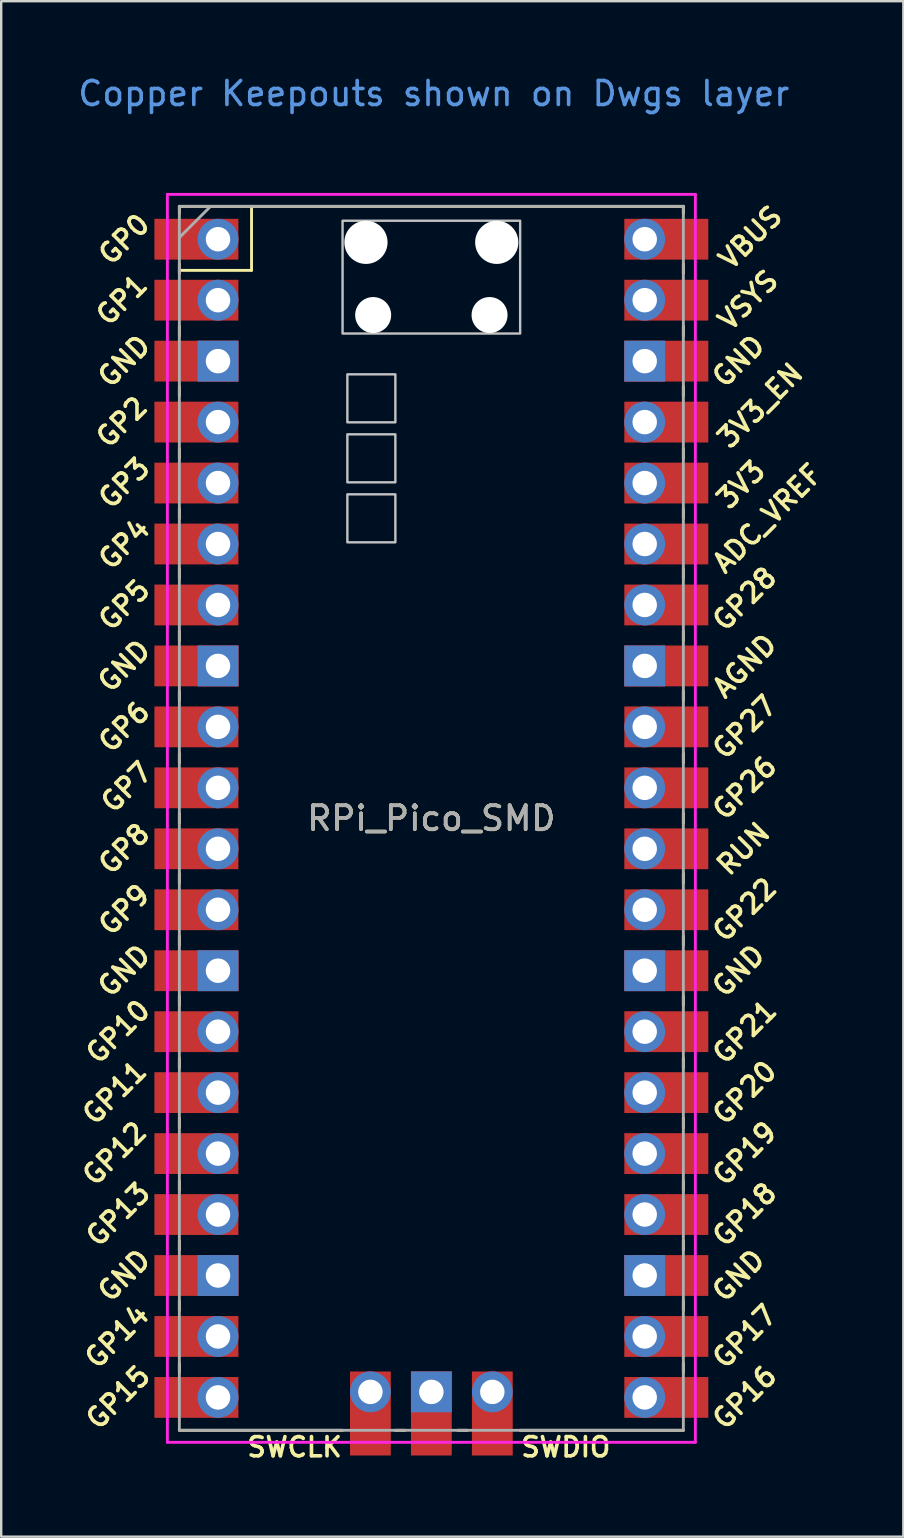
<source format=kicad_pcb>
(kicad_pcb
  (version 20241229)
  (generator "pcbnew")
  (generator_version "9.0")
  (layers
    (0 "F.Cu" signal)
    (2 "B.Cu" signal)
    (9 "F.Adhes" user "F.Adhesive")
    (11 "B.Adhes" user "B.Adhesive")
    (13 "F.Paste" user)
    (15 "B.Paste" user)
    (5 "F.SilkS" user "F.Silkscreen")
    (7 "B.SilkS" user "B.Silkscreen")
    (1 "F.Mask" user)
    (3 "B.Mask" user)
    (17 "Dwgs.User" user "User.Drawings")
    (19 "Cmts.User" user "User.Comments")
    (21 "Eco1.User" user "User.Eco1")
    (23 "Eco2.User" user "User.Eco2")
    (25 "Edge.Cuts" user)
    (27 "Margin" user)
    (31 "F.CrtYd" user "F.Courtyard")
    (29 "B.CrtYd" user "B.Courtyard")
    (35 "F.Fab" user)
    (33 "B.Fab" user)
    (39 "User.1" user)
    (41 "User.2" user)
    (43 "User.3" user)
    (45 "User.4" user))
  (footprint "RPi_Pico_SMD"
    (layer "F.Cu")
    (at 14.924 31.048)
    (property "Reference" "RPi_Pico_SMD" (at 0 0 0) (layer "F.SilkS") (effects (font (size 1 1) (thickness 0.15))))
    (attr through_hole)
    (fp_line (start -10.5 -25.5) (end -10.5 -25.2) (stroke (width 0.12) (type solid)) (layer "F.SilkS"))
    (fp_line (start -10.5 -25.5) (end 10.5 -25.5) (stroke (width 0.12) (type solid)) (layer "F.SilkS"))
    (fp_line (start -10.5 -23.1) (end -10.5 -22.7) (stroke (width 0.12) (type solid)) (layer "F.SilkS"))
    (fp_line (start -10.5 -22.833) (end -7.493 -22.833) (stroke (width 0.12) (type solid)) (layer "F.SilkS"))
    (fp_line (start -10.5 -20.5) (end -10.5 -20.1) (stroke (width 0.12) (type solid)) (layer "F.SilkS"))
    (fp_line (start -10.5 -18) (end -10.5 -17.6) (stroke (width 0.12) (type solid)) (layer "F.SilkS"))
    (fp_line (start -10.5 -15.4) (end -10.5 -15) (stroke (width 0.12) (type solid)) (layer "F.SilkS"))
    (fp_line (start -10.5 -12.9) (end -10.5 -12.5) (stroke (width 0.12) (type solid)) (layer "F.SilkS"))
    (fp_line (start -10.5 -10.4) (end -10.5 -10) (stroke (width 0.12) (type solid)) (layer "F.SilkS"))
    (fp_line (start -10.5 -7.8) (end -10.5 -7.4) (stroke (width 0.12) (type solid)) (layer "F.SilkS"))
    (fp_line (start -10.5 -5.3) (end -10.5 -4.9) (stroke (width 0.12) (type solid)) (layer "F.SilkS"))
    (fp_line (start -10.5 -2.7) (end -10.5 -2.3) (stroke (width 0.12) (type solid)) (layer "F.SilkS"))
    (fp_line (start -10.5 -0.2) (end -10.5 0.2) (stroke (width 0.12) (type solid)) (layer "F.SilkS"))
    (fp_line (start -10.5 2.3) (end -10.5 2.7) (stroke (width 0.12) (type solid)) (layer "F.SilkS"))
    (fp_line (start -10.5 4.9) (end -10.5 5.3) (stroke (width 0.12) (type solid)) (layer "F.SilkS"))
    (fp_line (start -10.5 7.4) (end -10.5 7.8) (stroke (width 0.12) (type solid)) (layer "F.SilkS"))
    (fp_line (start -10.5 10) (end -10.5 10.4) (stroke (width 0.12) (type solid)) (layer "F.SilkS"))
    (fp_line (start -10.5 12.5) (end -10.5 12.9) (stroke (width 0.12) (type solid)) (layer "F.SilkS"))
    (fp_line (start -10.5 15.1) (end -10.5 15.5) (stroke (width 0.12) (type solid)) (layer "F.SilkS"))
    (fp_line (start -10.5 17.6) (end -10.5 18) (stroke (width 0.12) (type solid)) (layer "F.SilkS"))
    (fp_line (start -10.5 20.1) (end -10.5 20.5) (stroke (width 0.12) (type solid)) (layer "F.SilkS"))
    (fp_line (start -10.5 22.7) (end -10.5 23.1) (stroke (width 0.12) (type solid)) (layer "F.SilkS"))
    (fp_line (start -7.493 -22.833) (end -7.493 -25.5) (stroke (width 0.12) (type solid)) (layer "F.SilkS"))
    (fp_line (start -3.7 25.5) (end -10.5 25.5) (stroke (width 0.12) (type solid)) (layer "F.SilkS"))
    (fp_line (start -1.5 25.5) (end -1.1 25.5) (stroke (width 0.12) (type solid)) (layer "F.SilkS"))
    (fp_line (start 1.1 25.5) (end 1.5 25.5) (stroke (width 0.12) (type solid)) (layer "F.SilkS"))
    (fp_line (start 10.5 -25.5) (end 10.5 -25.2) (stroke (width 0.12) (type solid)) (layer "F.SilkS"))
    (fp_line (start 10.5 -23.1) (end 10.5 -22.7) (stroke (width 0.12) (type solid)) (layer "F.SilkS"))
    (fp_line (start 10.5 -20.5) (end 10.5 -20.1) (stroke (width 0.12) (type solid)) (layer "F.SilkS"))
    (fp_line (start 10.5 -18) (end 10.5 -17.6) (stroke (width 0.12) (type solid)) (layer "F.SilkS"))
    (fp_line (start 10.5 -15.4) (end 10.5 -15) (stroke (width 0.12) (type solid)) (layer "F.SilkS"))
    (fp_line (start 10.5 -12.9) (end 10.5 -12.5) (stroke (width 0.12) (type solid)) (layer "F.SilkS"))
    (fp_line (start 10.5 -10.4) (end 10.5 -10) (stroke (width 0.12) (type solid)) (layer "F.SilkS"))
    (fp_line (start 10.5 -7.8) (end 10.5 -7.4) (stroke (width 0.12) (type solid)) (layer "F.SilkS"))
    (fp_line (start 10.5 -5.3) (end 10.5 -4.9) (stroke (width 0.12) (type solid)) (layer "F.SilkS"))
    (fp_line (start 10.5 -2.7) (end 10.5 -2.3) (stroke (width 0.12) (type solid)) (layer "F.SilkS"))
    (fp_line (start 10.5 -0.2) (end 10.5 0.2) (stroke (width 0.12) (type solid)) (layer "F.SilkS"))
    (fp_line (start 10.5 2.3) (end 10.5 2.7) (stroke (width 0.12) (type solid)) (layer "F.SilkS"))
    (fp_line (start 10.5 4.9) (end 10.5 5.3) (stroke (width 0.12) (type solid)) (layer "F.SilkS"))
    (fp_line (start 10.5 7.4) (end 10.5 7.8) (stroke (width 0.12) (type solid)) (layer "F.SilkS"))
    (fp_line (start 10.5 10) (end 10.5 10.4) (stroke (width 0.12) (type solid)) (layer "F.SilkS"))
    (fp_line (start 10.5 12.5) (end 10.5 12.9) (stroke (width 0.12) (type solid)) (layer "F.SilkS"))
    (fp_line (start 10.5 15.1) (end 10.5 15.5) (stroke (width 0.12) (type solid)) (layer "F.SilkS"))
    (fp_line (start 10.5 17.6) (end 10.5 18) (stroke (width 0.12) (type solid)) (layer "F.SilkS"))
    (fp_line (start 10.5 20.1) (end 10.5 20.5) (stroke (width 0.12) (type solid)) (layer "F.SilkS"))
    (fp_line (start 10.5 22.7) (end 10.5 23.1) (stroke (width 0.12) (type solid)) (layer "F.SilkS"))
    (fp_line (start 10.5 25.5) (end 3.7 25.5) (stroke (width 0.12) (type solid)) (layer "F.SilkS"))
    (fp_poly (pts (xy -1.5 -16.5) (xy -3.5 -16.5) (xy -3.5 -18.5) (xy -1.5 -18.5)) (stroke (width 0.1) (type solid)) (fill no) (layer "Dwgs.User"))
    (fp_poly (pts (xy -1.5 -14) (xy -3.5 -14) (xy -3.5 -16) (xy -1.5 -16)) (stroke (width 0.1) (type solid)) (fill no) (layer "Dwgs.User"))
    (fp_poly (pts (xy -1.5 -11.5) (xy -3.5 -11.5) (xy -3.5 -13.5) (xy -1.5 -13.5)) (stroke (width 0.1) (type solid)) (fill no) (layer "Dwgs.User"))
    (fp_poly (pts (xy 3.7 -20.2) (xy -3.7 -20.2) (xy -3.7 -24.9) (xy 3.7 -24.9)) (stroke (width 0.1) (type solid)) (fill no) (layer "Dwgs.User"))
    (fp_line (start -11 -26) (end 11 -26) (stroke (width 0.12) (type solid)) (layer "F.CrtYd"))
    (fp_line (start -11 26) (end -11 -26) (stroke (width 0.12) (type solid)) (layer "F.CrtYd"))
    (fp_line (start 11 -26) (end 11 26) (stroke (width 0.12) (type solid)) (layer "F.CrtYd"))
    (fp_line (start 11 26) (end -11 26) (stroke (width 0.12) (type solid)) (layer "F.CrtYd"))
    (fp_line (start -10.5 -25.5) (end 10.5 -25.5) (stroke (width 0.12) (type solid)) (layer "F.Fab"))
    (fp_line (start -10.5 -24.2) (end -9.2 -25.5) (stroke (width 0.12) (type solid)) (layer "F.Fab"))
    (fp_line (start -10.5 25.5) (end -10.5 -25.5) (stroke (width 0.12) (type solid)) (layer "F.Fab"))
    (fp_line (start 10.5 -25.5) (end 10.5 25.5) (stroke (width 0.12) (type solid)) (layer "F.Fab"))
    (fp_line (start 10.5 25.5) (end -10.5 25.5) (stroke (width 0.12) (type solid)) (layer "F.Fab"))
    (fp_text user "GND" (at -12.8 -6.35 45) (layer "F.SilkS") (effects (font (size 0.8 0.8) (thickness 0.15))))
    (fp_text user "GP4" (at -12.8 -11.43 45) (layer "F.SilkS") (effects (font (size 0.8 0.8) (thickness 0.15))))
    (fp_text user "GP20" (at 13.054 11.43 45) (layer "F.SilkS") (effects (font (size 0.8 0.8) (thickness 0.15))))
    (fp_text user "GP6" (at -12.8 -3.81 45) (layer "F.SilkS") (effects (font (size 0.8 0.8) (thickness 0.15))))
    (fp_text user "GP28" (at 13.054 -9.144 45) (layer "F.SilkS") (effects (font (size 0.8 0.8) (thickness 0.15))))
    (fp_text user "GP15" (at -13.054 24.13 45) (layer "F.SilkS") (effects (font (size 0.8 0.8) (thickness 0.15))))
    (fp_text user "GP16" (at 13.054 24.13 45) (layer "F.SilkS") (effects (font (size 0.8 0.8) (thickness 0.15))))
    (fp_text user "GP1" (at -12.9 -21.6 45) (layer "F.SilkS") (effects (font (size 0.8 0.8) (thickness 0.15))))
    (fp_text user "RUN" (at 13 1.27 45) (layer "F.SilkS") (effects (font (size 0.8 0.8) (thickness 0.15))))
    (fp_text user "GND" (at 12.8 6.35 45) (layer "F.SilkS") (effects (font (size 0.8 0.8) (thickness 0.15))))
    (fp_text user "3V3" (at 12.9 -13.9 45) (layer "F.SilkS") (effects (font (size 0.8 0.8) (thickness 0.15))))
    (fp_text user "GP10" (at -13.054 8.89 45) (layer "F.SilkS") (effects (font (size 0.8 0.8) (thickness 0.15))))
    (fp_text user "AGND" (at 13.054 -6.35 45) (layer "F.SilkS") (effects (font (size 0.8 0.8) (thickness 0.15))))
    (fp_text user "SWCLK" (at -5.7 26.2 0) (layer "F.SilkS") (effects (font (size 0.8 0.8) (thickness 0.15))))
    (fp_text user "ADC_VREF" (at 14 -12.5 45) (layer "F.SilkS") (effects (font (size 0.8 0.8) (thickness 0.15))))
    (fp_text user "GND" (at -12.8 19.05 45) (layer "F.SilkS") (effects (font (size 0.8 0.8) (thickness 0.15))))
    (fp_text user "GP13" (at -13.054 16.51 45) (layer "F.SilkS") (effects (font (size 0.8 0.8) (thickness 0.15))))
    (fp_text user "GP19" (at 13.054 13.97 45) (layer "F.SilkS") (effects (font (size 0.8 0.8) (thickness 0.15))))
    (fp_text user "GP0" (at -12.8 -24.13 45) (layer "F.SilkS") (effects (font (size 0.8 0.8) (thickness 0.15))))
    (fp_text user "SWDIO" (at 5.6 26.2 0) (layer "F.SilkS") (effects (font (size 0.8 0.8) (thickness 0.15))))
    (fp_text user "GP21" (at 13.054 8.9 45) (layer "F.SilkS") (effects (font (size 0.8 0.8) (thickness 0.15))))
    (fp_text user "GND" (at -12.8 6.35 45) (layer "F.SilkS") (effects (font (size 0.8 0.8) (thickness 0.15))))
    (fp_text user "GP17" (at 13.054 21.59 45) (layer "F.SilkS") (effects (font (size 0.8 0.8) (thickness 0.15))))
    (fp_text user "GND" (at 12.8 -19.05 45) (layer "F.SilkS") (effects (font (size 0.8 0.8) (thickness 0.15))))
    (fp_text user "GP3" (at -12.8 -13.97 45) (layer "F.SilkS") (effects (font (size 0.8 0.8) (thickness 0.15))))
    (fp_text user "GP26" (at 13.054 -1.27 45) (layer "F.SilkS") (effects (font (size 0.8 0.8) (thickness 0.15))))
    (fp_text user "GP11" (at -13.2 11.43 45) (layer "F.SilkS") (effects (font (size 0.8 0.8) (thickness 0.15))))
    (fp_text user "VSYS" (at 13.2 -21.59 45) (layer "F.SilkS") (effects (font (size 0.8 0.8) (thickness 0.15))))
    (fp_text user "GP27" (at 13.054 -3.8 45) (layer "F.SilkS") (effects (font (size 0.8 0.8) (thickness 0.15))))
    (fp_text user "GP18" (at 13.054 16.51 45) (layer "F.SilkS") (effects (font (size 0.8 0.8) (thickness 0.15))))
    (fp_text user "GP9" (at -12.8 3.81 45) (layer "F.SilkS") (effects (font (size 0.8 0.8) (thickness 0.15))))
    (fp_text user "GP2" (at -12.9 -16.51 45) (layer "F.SilkS") (effects (font (size 0.8 0.8) (thickness 0.15))))
    (fp_text user "GP12" (at -13.2 13.97 45) (layer "F.SilkS") (effects (font (size 0.8 0.8) (thickness 0.15))))
    (fp_text user "GP8" (at -12.8 1.27 45) (layer "F.SilkS") (effects (font (size 0.8 0.8) (thickness 0.15))))
    (fp_text user "GND" (at 12.8 19.05 45) (layer "F.SilkS") (effects (font (size 0.8 0.8) (thickness 0.15))))
    (fp_text user "3V3_EN" (at 13.7 -17.2 45) (layer "F.SilkS") (effects (font (size 0.8 0.8) (thickness 0.15))))
    (fp_text user "GP5" (at -12.8 -8.89 45) (layer "F.SilkS") (effects (font (size 0.8 0.8) (thickness 0.15))))
    (fp_text user "VBUS" (at 13.3 -24.2 45) (layer "F.SilkS") (effects (font (size 0.8 0.8) (thickness 0.15))))
    (fp_text user "GP22" (at 13.054 3.81 45) (layer "F.SilkS") (effects (font (size 0.8 0.8) (thickness 0.15))))
    (fp_text user "GP7" (at -12.7 -1.3 45) (layer "F.SilkS") (effects (font (size 0.8 0.8) (thickness 0.15))))
    (fp_text user "GP14" (at -13.1 21.59 45) (layer "F.SilkS") (effects (font (size 0.8 0.8) (thickness 0.15))))
    (fp_text user "GND" (at -12.8 -19.05 45) (layer "F.SilkS") (effects (font (size 0.8 0.8) (thickness 0.15))))
    (fp_text user "Copper Keepouts shown on Dwgs layer" (at 0.1 -30.2 0) (layer "Cmts.User") (effects (font (size 1 1) (thickness 0.15))))
    (fp_text user "${REFERENCE}" (at 0 0 180) (layer "F.Fab") (effects (font (size 1 1) (thickness 0.15))))
    (pad "" np_thru_hole oval (at -2.725 -24) (size 1.8 1.8) (drill 1.8) (layers "*.Cu" "*.Mask"))
    (pad "" np_thru_hole oval (at -2.425 -20.97) (size 1.5 1.5) (drill 1.5) (layers "*.Cu" "*.Mask"))
    (pad "" np_thru_hole oval (at 2.425 -20.97) (size 1.5 1.5) (drill 1.5) (layers "*.Cu" "*.Mask"))
    (pad "" np_thru_hole oval (at 2.725 -24) (size 1.8 1.8) (drill 1.8) (layers "*.Cu" "*.Mask"))
    (pad "1" thru_hole oval (at -8.89 -24.13) (size 1.7 1.7) (drill 1.02) (layers "*.Cu" "*.Mask"))
    (pad "1" smd rect (at -8.89 -24.13) (size 3.5 1.7) (drill (offset -0.9 0)) (layers "F.Cu" "F.Mask"))
    (pad "2" thru_hole oval (at -8.89 -21.59) (size 1.7 1.7) (drill 1.02) (layers "*.Cu" "*.Mask"))
    (pad "2" smd rect (at -8.89 -21.59) (size 3.5 1.7) (drill (offset -0.9 0)) (layers "F.Cu" "F.Mask"))
    (pad "3" thru_hole rect (at -8.89 -19.05) (size 1.7 1.7) (drill 1.02) (layers "*.Cu" "*.Mask"))
    (pad "3" smd rect (at -8.89 -19.05) (size 3.5 1.7) (drill (offset -0.9 0)) (layers "F.Cu" "F.Mask"))
    (pad "4" thru_hole oval (at -8.89 -16.51) (size 1.7 1.7) (drill 1.02) (layers "*.Cu" "*.Mask"))
    (pad "4" smd rect (at -8.89 -16.51) (size 3.5 1.7) (drill (offset -0.9 0)) (layers "F.Cu" "F.Mask"))
    (pad "5" thru_hole oval (at -8.89 -13.97) (size 1.7 1.7) (drill 1.02) (layers "*.Cu" "*.Mask"))
    (pad "5" smd rect (at -8.89 -13.97) (size 3.5 1.7) (drill (offset -0.9 0)) (layers "F.Cu" "F.Mask"))
    (pad "6" thru_hole oval (at -8.89 -11.43) (size 1.7 1.7) (drill 1.02) (layers "*.Cu" "*.Mask"))
    (pad "6" smd rect (at -8.89 -11.43) (size 3.5 1.7) (drill (offset -0.9 0)) (layers "F.Cu" "F.Mask"))
    (pad "7" thru_hole oval (at -8.89 -8.89) (size 1.7 1.7) (drill 1.02) (layers "*.Cu" "*.Mask"))
    (pad "7" smd rect (at -8.89 -8.89) (size 3.5 1.7) (drill (offset -0.9 0)) (layers "F.Cu" "F.Mask"))
    (pad "8" thru_hole rect (at -8.89 -6.35) (size 1.7 1.7) (drill 1.02) (layers "*.Cu" "*.Mask"))
    (pad "8" smd rect (at -8.89 -6.35) (size 3.5 1.7) (drill (offset -0.9 0)) (layers "F.Cu" "F.Mask"))
    (pad "9" thru_hole oval (at -8.89 -3.81) (size 1.7 1.7) (drill 1.02) (layers "*.Cu" "*.Mask"))
    (pad "9" smd rect (at -8.89 -3.81) (size 3.5 1.7) (drill (offset -0.9 0)) (layers "F.Cu" "F.Mask"))
    (pad "10" thru_hole oval (at -8.89 -1.27) (size 1.7 1.7) (drill 1.02) (layers "*.Cu" "*.Mask"))
    (pad "10" smd rect (at -8.89 -1.27) (size 3.5 1.7) (drill (offset -0.9 0)) (layers "F.Cu" "F.Mask"))
    (pad "11" thru_hole oval (at -8.89 1.27) (size 1.7 1.7) (drill 1.02) (layers "*.Cu" "*.Mask"))
    (pad "11" smd rect (at -8.89 1.27) (size 3.5 1.7) (drill (offset -0.9 0)) (layers "F.Cu" "F.Mask"))
    (pad "12" thru_hole oval (at -8.89 3.81) (size 1.7 1.7) (drill 1.02) (layers "*.Cu" "*.Mask"))
    (pad "12" smd rect (at -8.89 3.81) (size 3.5 1.7) (drill (offset -0.9 0)) (layers "F.Cu" "F.Mask"))
    (pad "13" thru_hole rect (at -8.89 6.35) (size 1.7 1.7) (drill 1.02) (layers "*.Cu" "*.Mask"))
    (pad "13" smd rect (at -8.89 6.35) (size 3.5 1.7) (drill (offset -0.9 0)) (layers "F.Cu" "F.Mask"))
    (pad "14" thru_hole oval (at -8.89 8.89) (size 1.7 1.7) (drill 1.02) (layers "*.Cu" "*.Mask"))
    (pad "14" smd rect (at -8.89 8.89) (size 3.5 1.7) (drill (offset -0.9 0)) (layers "F.Cu" "F.Mask"))
    (pad "15" thru_hole oval (at -8.89 11.43) (size 1.7 1.7) (drill 1.02) (layers "*.Cu" "*.Mask"))
    (pad "15" smd rect (at -8.89 11.43) (size 3.5 1.7) (drill (offset -0.9 0)) (layers "F.Cu" "F.Mask"))
    (pad "16" thru_hole oval (at -8.89 13.97) (size 1.7 1.7) (drill 1.02) (layers "*.Cu" "*.Mask"))
    (pad "16" smd rect (at -8.89 13.97) (size 3.5 1.7) (drill (offset -0.9 0)) (layers "F.Cu" "F.Mask"))
    (pad "17" thru_hole oval (at -8.89 16.51) (size 1.7 1.7) (drill 1.02) (layers "*.Cu" "*.Mask"))
    (pad "17" smd rect (at -8.89 16.51) (size 3.5 1.7) (drill (offset -0.9 0)) (layers "F.Cu" "F.Mask"))
    (pad "18" thru_hole rect (at -8.89 19.05) (size 1.7 1.7) (drill 1.02) (layers "*.Cu" "*.Mask"))
    (pad "18" smd rect (at -8.89 19.05) (size 3.5 1.7) (drill (offset -0.9 0)) (layers "F.Cu" "F.Mask"))
    (pad "19" thru_hole oval (at -8.89 21.59) (size 1.7 1.7) (drill 1.02) (layers "*.Cu" "*.Mask"))
    (pad "19" smd rect (at -8.89 21.59) (size 3.5 1.7) (drill (offset -0.9 0)) (layers "F.Cu" "F.Mask"))
    (pad "20" thru_hole oval (at -8.89 24.13) (size 1.7 1.7) (drill 1.02) (layers "*.Cu" "*.Mask"))
    (pad "20" smd rect (at -8.89 24.13) (size 3.5 1.7) (drill (offset -0.9 0)) (layers "F.Cu" "F.Mask"))
    (pad "21" thru_hole oval (at 8.89 24.13) (size 1.7 1.7) (drill 1.02) (layers "*.Cu" "*.Mask"))
    (pad "21" smd rect (at 8.89 24.13) (size 3.5 1.7) (drill (offset 0.9 0)) (layers "F.Cu" "F.Mask"))
    (pad "22" thru_hole oval (at 8.89 21.59) (size 1.7 1.7) (drill 1.02) (layers "*.Cu" "*.Mask"))
    (pad "22" smd rect (at 8.89 21.59) (size 3.5 1.7) (drill (offset 0.9 0)) (layers "F.Cu" "F.Mask"))
    (pad "23" thru_hole rect (at 8.89 19.05) (size 1.7 1.7) (drill 1.02) (layers "*.Cu" "*.Mask"))
    (pad "23" smd rect (at 8.89 19.05) (size 3.5 1.7) (drill (offset 0.9 0)) (layers "F.Cu" "F.Mask"))
    (pad "24" thru_hole oval (at 8.89 16.51) (size 1.7 1.7) (drill 1.02) (layers "*.Cu" "*.Mask"))
    (pad "24" smd rect (at 8.89 16.51) (size 3.5 1.7) (drill (offset 0.9 0)) (layers "F.Cu" "F.Mask"))
    (pad "25" thru_hole oval (at 8.89 13.97) (size 1.7 1.7) (drill 1.02) (layers "*.Cu" "*.Mask"))
    (pad "25" smd rect (at 8.89 13.97) (size 3.5 1.7) (drill (offset 0.9 0)) (layers "F.Cu" "F.Mask"))
    (pad "26" thru_hole oval (at 8.89 11.43) (size 1.7 1.7) (drill 1.02) (layers "*.Cu" "*.Mask"))
    (pad "26" smd rect (at 8.89 11.43) (size 3.5 1.7) (drill (offset 0.9 0)) (layers "F.Cu" "F.Mask"))
    (pad "27" thru_hole oval (at 8.89 8.89) (size 1.7 1.7) (drill 1.02) (layers "*.Cu" "*.Mask"))
    (pad "27" smd rect (at 8.89 8.89) (size 3.5 1.7) (drill (offset 0.9 0)) (layers "F.Cu" "F.Mask"))
    (pad "28" thru_hole rect (at 8.89 6.35) (size 1.7 1.7) (drill 1.02) (layers "*.Cu" "*.Mask"))
    (pad "28" smd rect (at 8.89 6.35) (size 3.5 1.7) (drill (offset 0.9 0)) (layers "F.Cu" "F.Mask"))
    (pad "29" thru_hole oval (at 8.89 3.81) (size 1.7 1.7) (drill 1.02) (layers "*.Cu" "*.Mask"))
    (pad "29" smd rect (at 8.89 3.81) (size 3.5 1.7) (drill (offset 0.9 0)) (layers "F.Cu" "F.Mask"))
    (pad "30" thru_hole oval (at 8.89 1.27) (size 1.7 1.7) (drill 1.02) (layers "*.Cu" "*.Mask"))
    (pad "30" smd rect (at 8.89 1.27) (size 3.5 1.7) (drill (offset 0.9 0)) (layers "F.Cu" "F.Mask"))
    (pad "31" thru_hole oval (at 8.89 -1.27) (size 1.7 1.7) (drill 1.02) (layers "*.Cu" "*.Mask"))
    (pad "31" smd rect (at 8.89 -1.27) (size 3.5 1.7) (drill (offset 0.9 0)) (layers "F.Cu" "F.Mask"))
    (pad "32" thru_hole oval (at 8.89 -3.81) (size 1.7 1.7) (drill 1.02) (layers "*.Cu" "*.Mask"))
    (pad "32" smd rect (at 8.89 -3.81) (size 3.5 1.7) (drill (offset 0.9 0)) (layers "F.Cu" "F.Mask"))
    (pad "33" thru_hole rect (at 8.89 -6.35) (size 1.7 1.7) (drill 1.02) (layers "*.Cu" "*.Mask"))
    (pad "33" smd rect (at 8.89 -6.35) (size 3.5 1.7) (drill (offset 0.9 0)) (layers "F.Cu" "F.Mask"))
    (pad "34" thru_hole oval (at 8.89 -8.89) (size 1.7 1.7) (drill 1.02) (layers "*.Cu" "*.Mask"))
    (pad "34" smd rect (at 8.89 -8.89) (size 3.5 1.7) (drill (offset 0.9 0)) (layers "F.Cu" "F.Mask"))
    (pad "35" thru_hole oval (at 8.89 -11.43) (size 1.7 1.7) (drill 1.02) (layers "*.Cu" "*.Mask"))
    (pad "35" smd rect (at 8.89 -11.43) (size 3.5 1.7) (drill (offset 0.9 0)) (layers "F.Cu" "F.Mask"))
    (pad "36" thru_hole oval (at 8.89 -13.97) (size 1.7 1.7) (drill 1.02) (layers "*.Cu" "*.Mask"))
    (pad "36" smd rect (at 8.89 -13.97) (size 3.5 1.7) (drill (offset 0.9 0)) (layers "F.Cu" "F.Mask"))
    (pad "37" thru_hole oval (at 8.89 -16.51) (size 1.7 1.7) (drill 1.02) (layers "*.Cu" "*.Mask"))
    (pad "37" smd rect (at 8.89 -16.51) (size 3.5 1.7) (drill (offset 0.9 0)) (layers "F.Cu" "F.Mask"))
    (pad "38" thru_hole rect (at 8.89 -19.05) (size 1.7 1.7) (drill 1.02) (layers "*.Cu" "*.Mask"))
    (pad "38" smd rect (at 8.89 -19.05) (size 3.5 1.7) (drill (offset 0.9 0)) (layers "F.Cu" "F.Mask"))
    (pad "39" thru_hole oval (at 8.89 -21.59) (size 1.7 1.7) (drill 1.02) (layers "*.Cu" "*.Mask"))
    (pad "39" smd rect (at 8.89 -21.59) (size 3.5 1.7) (drill (offset 0.9 0)) (layers "F.Cu" "F.Mask"))
    (pad "40" thru_hole oval (at 8.89 -24.13) (size 1.7 1.7) (drill 1.02) (layers "*.Cu" "*.Mask"))
    (pad "40" smd rect (at 8.89 -24.13) (size 3.5 1.7) (drill (offset 0.9 0)) (layers "F.Cu" "F.Mask"))
    (pad "41" thru_hole oval (at -2.54 23.9) (size 1.7 1.7) (drill 1.02) (layers "*.Cu" "*.Mask"))
    (pad "41" smd rect (at -2.54 23.9 90) (size 3.5 1.7) (drill (offset -0.9 0)) (layers "F.Cu" "F.Mask"))
    (pad "42" thru_hole rect (at 0 23.9) (size 1.7 1.7) (drill 1.02) (layers "*.Cu" "*.Mask"))
    (pad "42" smd rect (at 0 23.9 90) (size 3.5 1.7) (drill (offset -0.9 0)) (layers "F.Cu" "F.Mask"))
    (pad "43" thru_hole oval (at 2.54 23.9) (size 1.7 1.7) (drill 1.02) (layers "*.Cu" "*.Mask"))
    (pad "43" smd rect (at 2.54 23.9 90) (size 3.5 1.7) (drill (offset -0.9 0)) (layers "F.Cu" "F.Mask")))
  (gr_rect
    (start -3 -3)
    (end 34.591 60.98)
    (stroke (width 0.1) (type default))
    (fill no)
    (layer "Edge.Cuts")))
</source>
